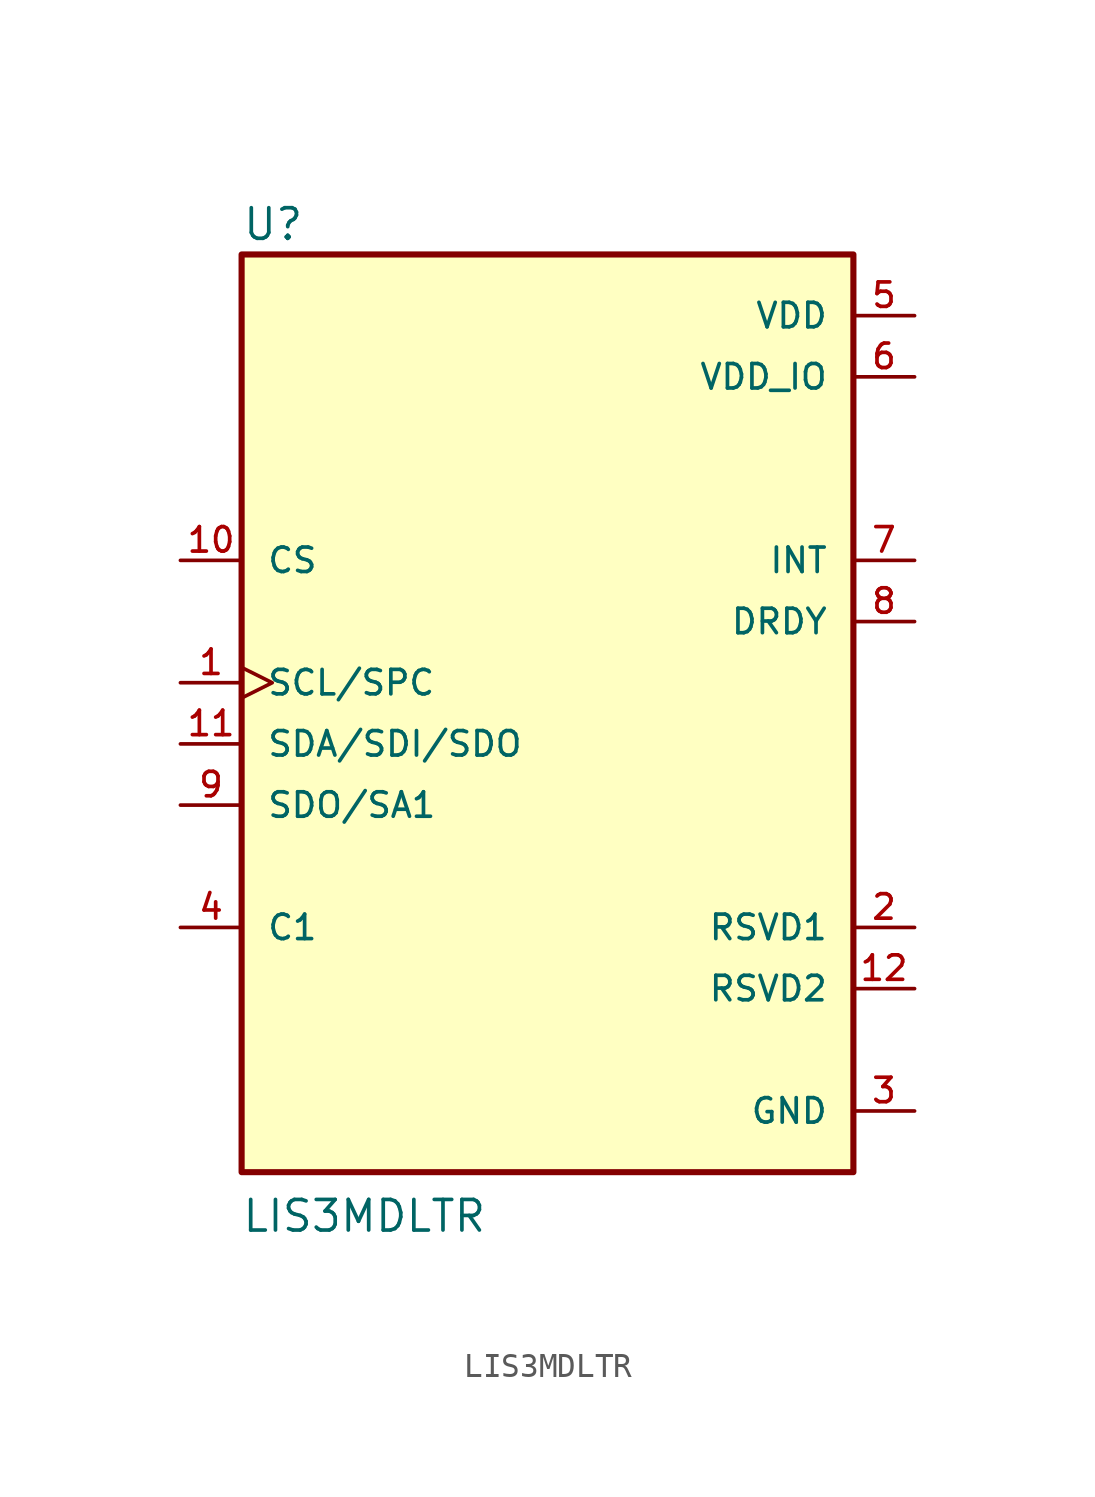
<source format=kicad_sym>
(kicad_symbol_lib
  (version 20211014)
  (generator kicad_symbol_editor)
  (symbol "LIS3MDLTR"
    (pin_names
      (offset 1.016))
    (property "Reference" "U"
      (at -12.7 18.288 0)
      (effects (font (size 1.27 1.27)) (justify left bottom)))
    (property "Value" "LIS3MDLTR"
      (at -12.725 -22.885 0)
      (effects (font (size 1.27 1.27)) (justify left bottom)))
    (property "ki_locked" ""
      (at 0 0 0)
      (effects (font (size 1.27 1.27))))
    (symbol "LIS3MDLTR_0_0"
      (rectangle (start -12.7 -20.32) (end 12.7 17.78) (stroke (width 0.254) (type default) (color 0 0 0 0)) (fill (type background)))
      (pin input clock (at -15.24 0 0) (length 2.54) (name "SCL/SPC" (effects (font (size 1.016 1.016)))) (number "1" (effects (font (size 1.016 1.016)))))
      (pin input line (at -15.24 5.08 0) (length 2.54) (name "CS" (effects (font (size 1.016 1.016)))) (number "10" (effects (font (size 1.016 1.016)))))
      (pin bidirectional line (at -15.24 -2.54 0) (length 2.54) (name "SDA/SDI/SDO" (effects (font (size 1.016 1.016)))) (number "11" (effects (font (size 1.016 1.016)))))
      (pin passive line (at 15.24 -12.7 180) (length 2.54) (name "RSVD2" (effects (font (size 1.016 1.016)))) (number "12" (effects (font (size 1.016 1.016)))))
      (pin passive line (at 15.24 -10.16 180) (length 2.54) (name "RSVD1" (effects (font (size 1.016 1.016)))) (number "2" (effects (font (size 1.016 1.016)))))
      (pin power_in line (at 15.24 -17.78 180) (length 2.54) (name "GND" (effects (font (size 1.016 1.016)))) (number "3" (effects (font (size 1.016 1.016)))))
      (pin passive line (at -15.24 -10.16 0) (length 2.54) (name "C1" (effects (font (size 1.016 1.016)))) (number "4" (effects (font (size 1.016 1.016)))))
      (pin power_in line (at 15.24 15.24 180) (length 2.54) (name "VDD" (effects (font (size 1.016 1.016)))) (number "5" (effects (font (size 1.016 1.016)))))
      (pin power_in line (at 15.24 12.7 180) (length 2.54) (name "VDD_IO" (effects (font (size 1.016 1.016)))) (number "6" (effects (font (size 1.016 1.016)))))
      (pin output line (at 15.24 5.08 180) (length 2.54) (name "INT" (effects (font (size 1.016 1.016)))) (number "7" (effects (font (size 1.016 1.016)))))
      (pin output line (at 15.24 2.54 180) (length 2.54) (name "DRDY" (effects (font (size 1.016 1.016)))) (number "8" (effects (font (size 1.016 1.016)))))
      (pin bidirectional line (at -15.24 -5.08 0) (length 2.54) (name "SDO/SA1" (effects (font (size 1.016 1.016)))) (number "9" (effects (font (size 1.016 1.016))))))))
</source>
